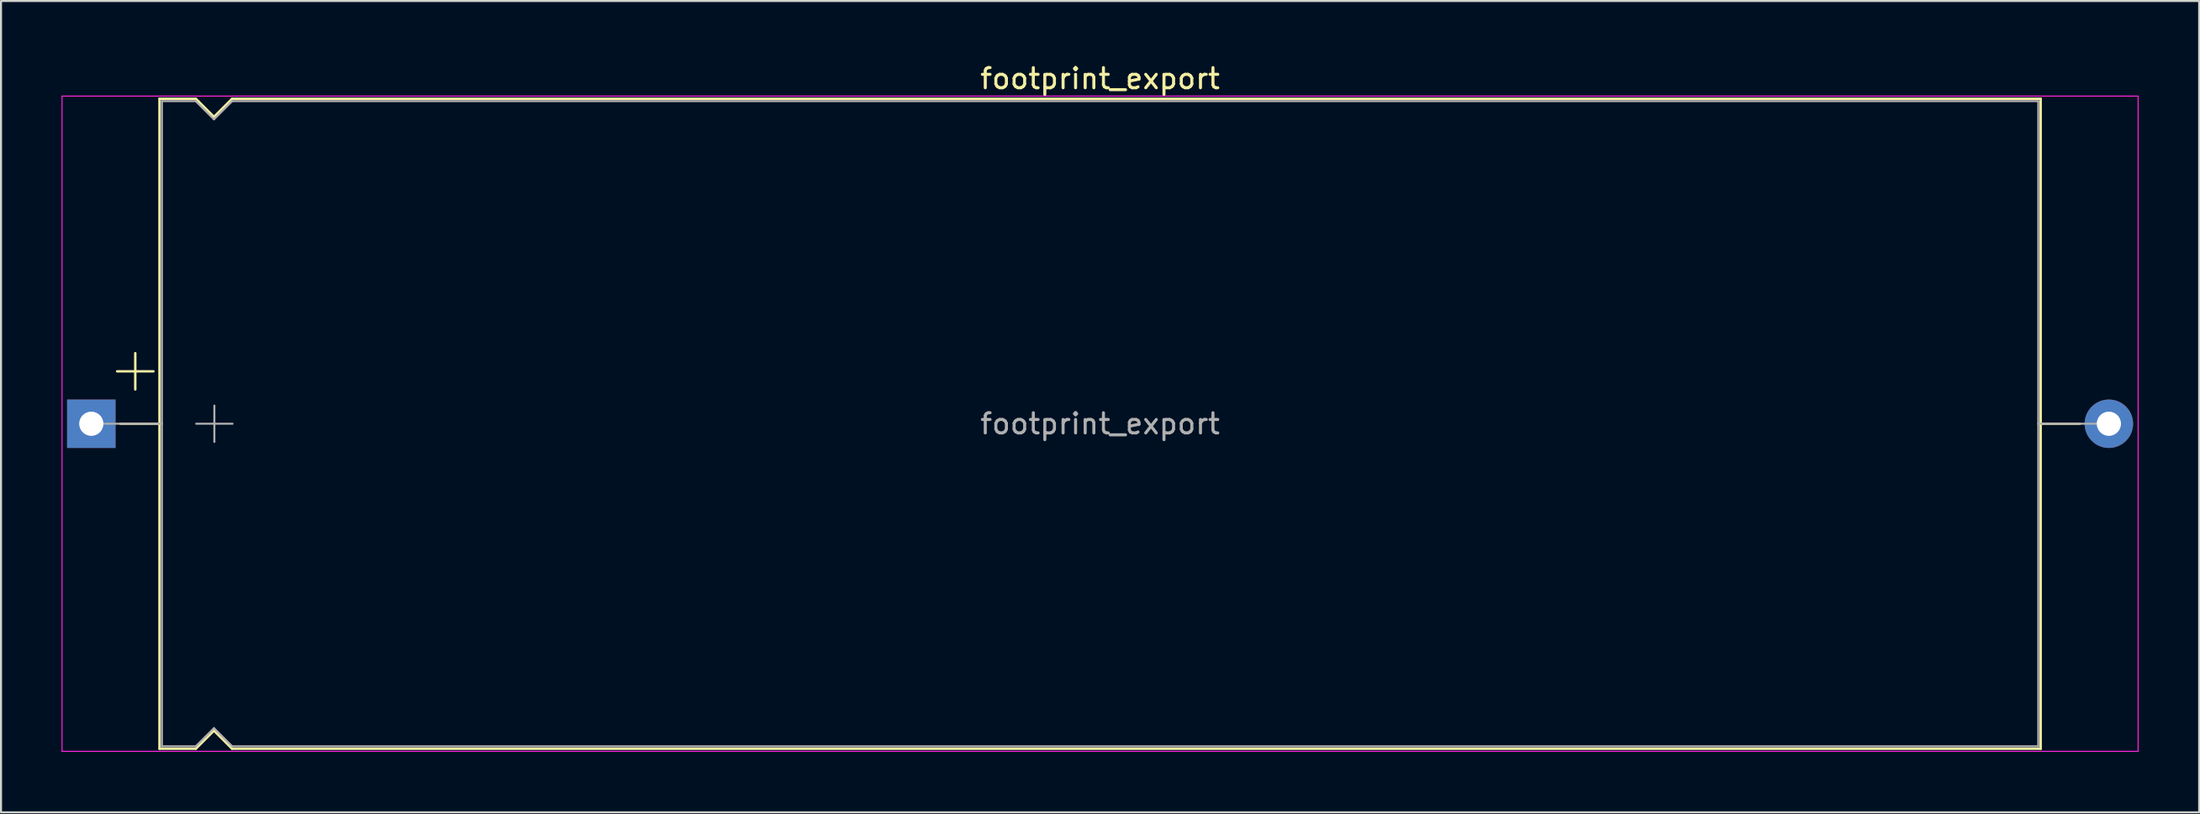
<source format=kicad_pcb>
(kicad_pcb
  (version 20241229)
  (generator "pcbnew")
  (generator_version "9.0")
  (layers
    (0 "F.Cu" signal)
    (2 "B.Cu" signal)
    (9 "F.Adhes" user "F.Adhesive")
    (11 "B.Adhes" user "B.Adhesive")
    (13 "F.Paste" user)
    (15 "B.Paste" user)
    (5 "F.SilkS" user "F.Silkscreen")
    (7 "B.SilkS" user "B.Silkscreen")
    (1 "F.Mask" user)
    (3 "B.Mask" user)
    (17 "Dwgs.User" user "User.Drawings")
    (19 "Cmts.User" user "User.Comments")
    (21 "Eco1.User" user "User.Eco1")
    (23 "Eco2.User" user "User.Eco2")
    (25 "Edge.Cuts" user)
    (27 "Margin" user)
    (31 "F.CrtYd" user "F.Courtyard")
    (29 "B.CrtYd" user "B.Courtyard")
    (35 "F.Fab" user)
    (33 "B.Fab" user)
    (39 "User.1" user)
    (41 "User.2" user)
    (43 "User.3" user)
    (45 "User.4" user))
  (footprint "footprint_export"
    (layer "F.Cu")
    (at 1.475 17.968)
    (property "Reference" "footprint_export" (at 50 -17.12 0) (layer "F.SilkS") (effects (font (size 1 1) (thickness 0.15))))
    (attr through_hole)
    (fp_line (start 1.28 -2.6) (end 3.08 -2.6) (stroke (width 0.12) (type solid)) (layer "F.SilkS"))
    (fp_line (start 1.44 0) (end 3.38 0) (stroke (width 0.12) (type solid)) (layer "F.SilkS"))
    (fp_line (start 2.18 -3.5) (end 2.18 -1.7) (stroke (width 0.12) (type solid)) (layer "F.SilkS"))
    (fp_line (start 3.38 -16.12) (end 3.38 16.12) (stroke (width 0.12) (type solid)) (layer "F.SilkS"))
    (fp_line (start 3.38 -16.12) (end 5.18 -16.12) (stroke (width 0.12) (type solid)) (layer "F.SilkS"))
    (fp_line (start 3.38 16.12) (end 5.18 16.12) (stroke (width 0.12) (type solid)) (layer "F.SilkS"))
    (fp_line (start 5.18 -16.12) (end 6.08 -15.22) (stroke (width 0.12) (type solid)) (layer "F.SilkS"))
    (fp_line (start 5.18 16.12) (end 6.08 15.22) (stroke (width 0.12) (type solid)) (layer "F.SilkS"))
    (fp_line (start 6.08 -15.22) (end 6.98 -16.12) (stroke (width 0.12) (type solid)) (layer "F.SilkS"))
    (fp_line (start 6.08 15.22) (end 6.98 16.12) (stroke (width 0.12) (type solid)) (layer "F.SilkS"))
    (fp_line (start 6.98 -16.12) (end 96.62 -16.12) (stroke (width 0.12) (type solid)) (layer "F.SilkS"))
    (fp_line (start 6.98 16.12) (end 96.62 16.12) (stroke (width 0.12) (type solid)) (layer "F.SilkS"))
    (fp_line (start 96.62 -16.12) (end 96.62 16.12) (stroke (width 0.12) (type solid)) (layer "F.SilkS"))
    (fp_line (start 98.56 0) (end 96.62 0) (stroke (width 0.12) (type solid)) (layer "F.SilkS"))
    (fp_line (start -1.45 -16.25) (end -1.45 16.25) (stroke (width 0.05) (type solid)) (layer "F.CrtYd"))
    (fp_line (start -1.45 16.25) (end 101.45 16.25) (stroke (width 0.05) (type solid)) (layer "F.CrtYd"))
    (fp_line (start 101.45 -16.25) (end -1.45 -16.25) (stroke (width 0.05) (type solid)) (layer "F.CrtYd"))
    (fp_line (start 101.45 16.25) (end 101.45 -16.25) (stroke (width 0.05) (type solid)) (layer "F.CrtYd"))
    (fp_line (start 0 0) (end 3.5 0) (stroke (width 0.1) (type solid)) (layer "F.Fab"))
    (fp_line (start 3.5 -16) (end 3.5 16) (stroke (width 0.1) (type solid)) (layer "F.Fab"))
    (fp_line (start 3.5 -16) (end 5.18 -16) (stroke (width 0.1) (type solid)) (layer "F.Fab"))
    (fp_line (start 3.5 16) (end 5.18 16) (stroke (width 0.1) (type solid)) (layer "F.Fab"))
    (fp_line (start 5.18 -16) (end 6.08 -15.1) (stroke (width 0.1) (type solid)) (layer "F.Fab"))
    (fp_line (start 5.18 16) (end 6.08 15.1) (stroke (width 0.1) (type solid)) (layer "F.Fab"))
    (fp_line (start 5.2 0) (end 7 0) (stroke (width 0.1) (type solid)) (layer "F.Fab"))
    (fp_line (start 6.08 -15.1) (end 6.98 -16) (stroke (width 0.1) (type solid)) (layer "F.Fab"))
    (fp_line (start 6.08 15.1) (end 6.98 16) (stroke (width 0.1) (type solid)) (layer "F.Fab"))
    (fp_line (start 6.1 -0.9) (end 6.1 0.9) (stroke (width 0.1) (type solid)) (layer "F.Fab"))
    (fp_line (start 6.98 -16) (end 96.5 -16) (stroke (width 0.1) (type solid)) (layer "F.Fab"))
    (fp_line (start 6.98 16) (end 96.5 16) (stroke (width 0.1) (type solid)) (layer "F.Fab"))
    (fp_line (start 96.5 -16) (end 96.5 16) (stroke (width 0.1) (type solid)) (layer "F.Fab"))
    (fp_line (start 100 0) (end 96.5 0) (stroke (width 0.1) (type solid)) (layer "F.Fab"))
    (fp_text user "${REFERENCE}" (at 50 0 0) (layer "F.Fab") (effects (font (size 1 1) (thickness 0.15))))
    (pad "1" thru_hole rect (at 0 0) (size 2.4 2.4) (drill 1.2) (layers "*.Cu" "*.Mask"))
    (pad "2" thru_hole oval (at 100 0) (size 2.4 2.4) (drill 1.2) (layers "*.Cu" "*.Mask")))
  (gr_rect
    (start -3 -3)
    (end 105.95 37.243)
    (stroke (width 0.1) (type default))
    (fill no)
    (layer "Edge.Cuts")))
</source>
